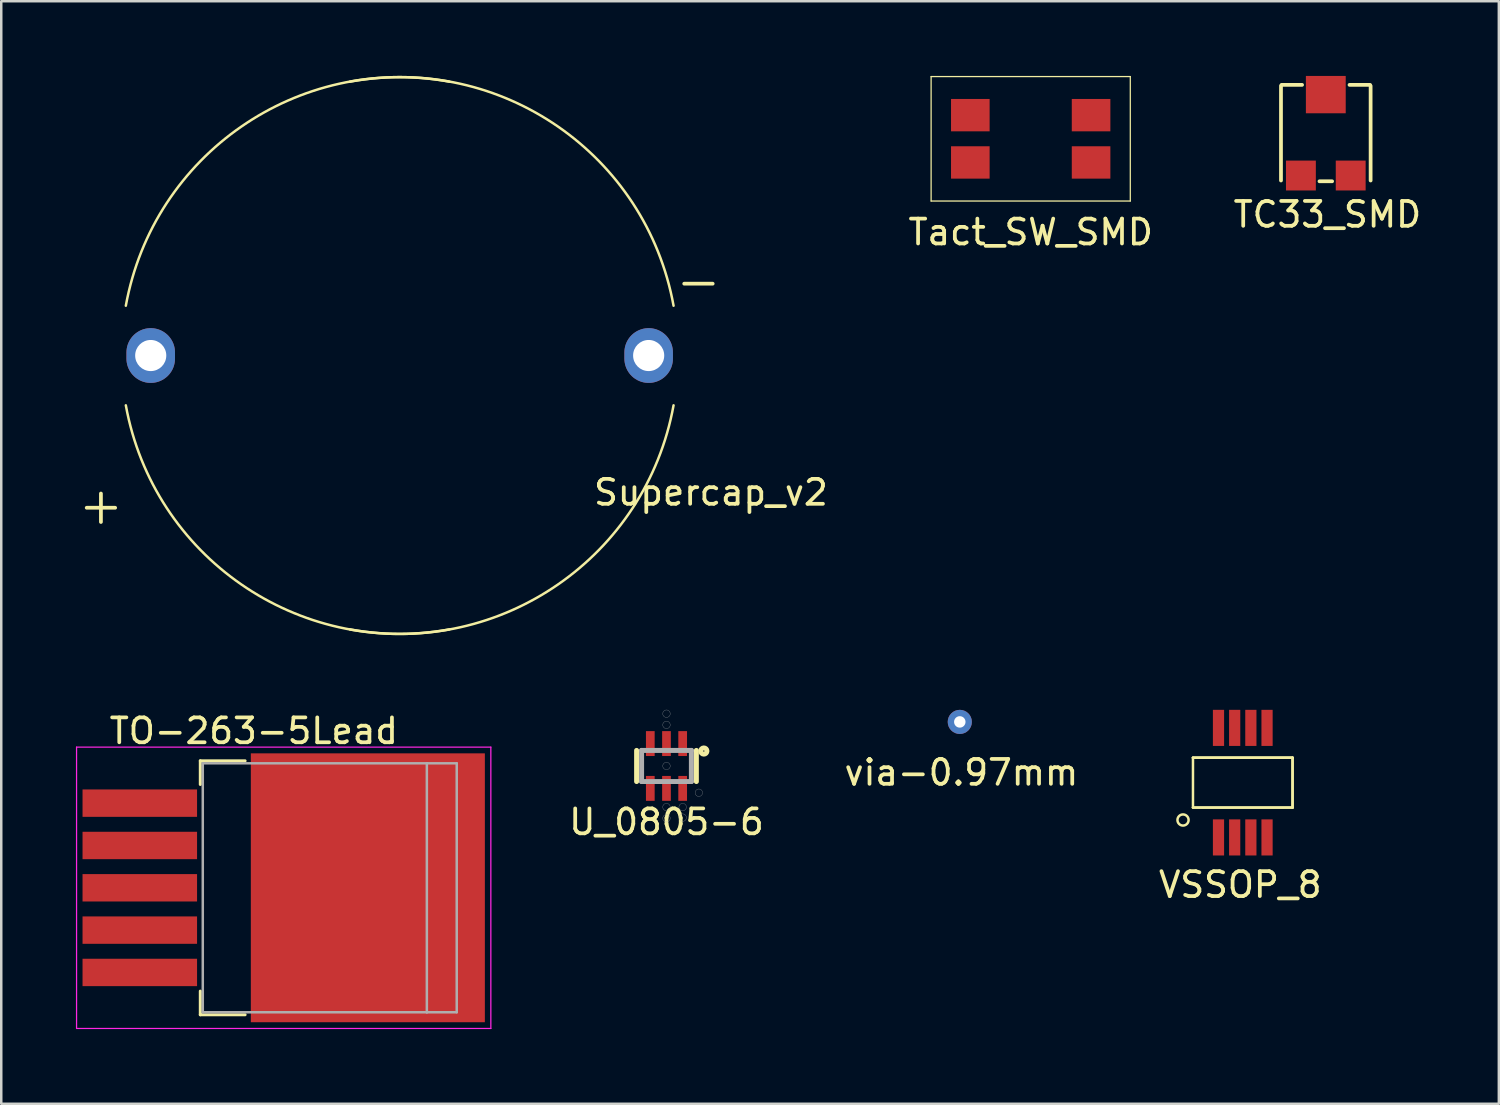
<source format=kicad_pcb>
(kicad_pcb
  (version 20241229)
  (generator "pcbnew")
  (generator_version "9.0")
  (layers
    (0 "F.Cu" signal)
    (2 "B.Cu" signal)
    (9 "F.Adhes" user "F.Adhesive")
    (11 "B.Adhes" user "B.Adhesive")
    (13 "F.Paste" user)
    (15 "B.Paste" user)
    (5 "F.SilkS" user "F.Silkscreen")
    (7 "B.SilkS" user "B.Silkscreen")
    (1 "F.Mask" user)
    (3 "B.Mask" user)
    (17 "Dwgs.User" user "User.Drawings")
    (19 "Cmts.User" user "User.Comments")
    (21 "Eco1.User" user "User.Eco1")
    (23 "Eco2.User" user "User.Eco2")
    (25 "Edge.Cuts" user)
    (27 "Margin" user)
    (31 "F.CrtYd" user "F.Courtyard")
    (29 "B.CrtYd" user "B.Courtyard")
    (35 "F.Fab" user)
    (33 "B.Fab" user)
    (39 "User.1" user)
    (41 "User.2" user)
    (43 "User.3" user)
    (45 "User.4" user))
  (footprint "via-0.97mm"
    (layer "F.Cu")
    (at 35.501 25.946)
    (property "Reference" "via-0.97mm" (at 0.064 2.032 0) (layer "F.SilkS") (effects (font (size 1 1) (thickness 0.15))))
    (attr through_hole)
    (pad "1" thru_hole circle (at 0 0) (size 0.97 0.97) (drill 0.46) (layers "*.Cu")))
  (footprint "Tact_SW_SMD"
    (layer "F.Cu")
    (at 38.349 2.525)
    (property "Reference" "Tact_SW_SMD" (at 0 3.75 0) (layer "F.SilkS") (effects (font (size 1 1) (thickness 0.15))))
    (attr through_hole)
    (fp_line (start -4 -2.5) (end 4 -2.5) (stroke (width 0.05) (type solid)) (layer "F.SilkS"))
    (fp_line (start -4 2.5) (end -4 -2.5) (stroke (width 0.05) (type solid)) (layer "F.SilkS"))
    (fp_line (start 4 -2.5) (end 4 2.5) (stroke (width 0.05) (type solid)) (layer "F.SilkS"))
    (fp_line (start 4 2.5) (end -4 2.5) (stroke (width 0.05) (type solid)) (layer "F.SilkS"))
    (pad "1" smd rect (at -2.425 -0.95) (size 1.55 1.3) (layers "F.Cu" "F.Mask" "F.Paste"))
    (pad "2" smd rect (at 2.425 -0.95) (size 1.55 1.3) (layers "F.Cu" "F.Mask" "F.Paste"))
    (pad "3" smd rect (at -2.425 0.95) (size 1.55 1.3) (layers "F.Cu" "F.Mask" "F.Paste"))
    (pad "4" smd rect (at 2.425 0.95) (size 1.55 1.3) (layers "F.Cu" "F.Mask" "F.Paste")))
  (footprint "Supercap_v2"
    (layer "F.Cu")
    (at 13.004 11.23)
    (property "Reference" "Supercap_v2" (at 12.5 5.5 0) (layer "F.SilkS") (effects (font (size 1 1) (thickness 0.15))))
    (attr through_hole)
    (fp_arc (start -11 -2) (mid -6.363961 -9.192388) (end 2 -11) (stroke (width 0.1) (type solid)) (layer "F.SilkS"))
    (fp_arc (start -2 -11) (mid 6.363961 -9.192388) (end 11 -2) (stroke (width 0.1) (type solid)) (layer "F.SilkS"))
    (fp_arc (start 2 11) (mid -6.363961 9.192388) (end -11 2) (stroke (width 0.1) (type solid)) (layer "F.SilkS"))
    (fp_arc (start 11 2) (mid 6.363961 9.192388) (end -2 11) (stroke (width 0.1) (type solid)) (layer "F.SilkS"))
    (fp_text user "+" (at -12 6 0) (layer "F.SilkS") (effects (font (size 1.5 1.5) (thickness 0.15))))
    (fp_text user "-" (at 12 -3 0) (layer "F.SilkS") (effects (font (size 1.5 1.5) (thickness 0.15))))
    (pad "1" thru_hole oval (at -10 0) (size 1.95 2.2) (drill 1.25) (layers "*.Cu" "*.Mask"))
    (pad "2" thru_hole oval (at 10 0) (size 1.95 2.2) (drill 1.25) (layers "*.Cu" "*.Mask")))
  (footprint "TO-263-5Lead"
    (layer "F.Cu")
    (at 7.145 32.609)
    (property "Reference" "TO-263-5Lead" (at 0 -6.3 180) (layer "F.SilkS") (effects (font (size 1 1) (thickness 0.15))))
    (attr smd)
    (fp_line (start -2.15 -5.1) (end -2.15 -4.15) (stroke (width 0.12) (type solid)) (layer "F.SilkS"))
    (fp_line (start -2.15 5.1) (end -2.15 4.15) (stroke (width 0.12) (type solid)) (layer "F.SilkS"))
    (fp_line (start -2.15 5.1) (end -0.35 5.1) (stroke (width 0.12) (type solid)) (layer "F.SilkS"))
    (fp_line (start -0.35 -5.1) (end -2.15 -5.1) (stroke (width 0.12) (type solid)) (layer "F.SilkS"))
    (fp_line (start -7.12 -5.65) (end -7.12 5.65) (stroke (width 0.05) (type solid)) (layer "F.CrtYd"))
    (fp_line (start 9.52 -5.65) (end -7.12 -5.65) (stroke (width 0.05) (type solid)) (layer "F.CrtYd"))
    (fp_line (start 9.52 -5.65) (end 9.52 5.65) (stroke (width 0.05) (type solid)) (layer "F.CrtYd"))
    (fp_line (start 9.52 5.65) (end -7.12 5.65) (stroke (width 0.05) (type solid)) (layer "F.CrtYd"))
    (fp_line (start -2.05 -5) (end -2.05 5) (stroke (width 0.1) (type solid)) (layer "F.Fab"))
    (fp_line (start -2.05 5) (end 6.95 5) (stroke (width 0.1) (type solid)) (layer "F.Fab"))
    (fp_line (start 6.95 -5) (end -2.05 -5) (stroke (width 0.1) (type solid)) (layer "F.Fab"))
    (fp_line (start 6.95 5) (end 6.95 -5) (stroke (width 0.1) (type solid)) (layer "F.Fab"))
    (fp_line (start 6.95 5) (end 8.15 5) (stroke (width 0.1) (type solid)) (layer "F.Fab"))
    (fp_line (start 8.15 -5) (end 6.95 -5) (stroke (width 0.1) (type solid)) (layer "F.Fab"))
    (fp_line (start 8.15 5) (end 8.15 -5) (stroke (width 0.1) (type solid)) (layer "F.Fab"))
    (pad "1" smd rect (at -4.58 -3.4) (size 4.6 1.1) (layers "F.Cu" "F.Mask" "F.Paste"))
    (pad "2" smd rect (at -4.58 -1.7) (size 4.6 1.1) (layers "F.Cu" "F.Mask" "F.Paste"))
    (pad "3" smd rect (at -4.58 0) (size 4.6 1.1) (layers "F.Cu" "F.Mask" "F.Paste"))
    (pad "3" smd rect (at 2 2.92) (size 4 4.5) (layers "F.Cu" "F.Mask" "F.Paste"))
    (pad "3" smd rect (at 2.05 -3) (size 4 4.5) (layers "F.Cu" "F.Mask" "F.Paste"))
    (pad "3" smd rect (at 4.58 0) (size 9.4 10.8) (layers "F.Cu" "F.Mask"))
    (pad "3" smd rect (at 7.11 -2.99) (size 4 4.5) (layers "F.Cu" "F.Mask" "F.Paste"))
    (pad "3" smd rect (at 7.15 2.98) (size 4 4.5) (layers "F.Cu" "F.Mask" "F.Paste"))
    (pad "4" smd rect (at -4.58 1.7) (size 4.6 1.1) (layers "F.Cu" "F.Mask" "F.Paste"))
    (pad "5" smd rect (at -4.58 3.4) (size 4.6 1.1) (layers "F.Cu" "F.Mask" "F.Paste")))
  (footprint "VSSOP_8"
    (layer "F.Cu")
    (at 46.867 28.386)
    (property "Reference" "VSSOP_8" (at -0.1 4.1 0) (layer "F.SilkS") (effects (font (size 1 1) (thickness 0.15))))
    (attr through_hole)
    (fp_line (start -2 -1) (end 2 -1) (stroke (width 0.1) (type solid)) (layer "F.SilkS"))
    (fp_line (start -2 -1) (end 2 -1) (stroke (width 0.1) (type solid)) (layer "F.SilkS"))
    (fp_line (start -2 1) (end -2 -1) (stroke (width 0.1) (type solid)) (layer "F.SilkS"))
    (fp_line (start -2 1) (end 2 1) (stroke (width 0.1) (type solid)) (layer "F.SilkS"))
    (fp_line (start 2 -1) (end -2 -1) (stroke (width 0.1) (type solid)) (layer "F.SilkS"))
    (fp_line (start 2 -1) (end 2 1) (stroke (width 0.1) (type solid)) (layer "F.SilkS"))
    (fp_line (start 2 -1) (end 2 1) (stroke (width 0.1) (type solid)) (layer "F.SilkS"))
    (fp_line (start 2 1) (end -2 1) (stroke (width 0.1) (type solid)) (layer "F.SilkS"))
    (fp_circle (center -2.4 1.5) (end -2.2 1.6) (stroke (width 0.1) (type solid)) (fill no) (layer "F.SilkS"))
    (pad "1" smd rect (at -0.975 2.2) (size 0.45 1.45) (layers "F.Cu" "F.Mask" "F.Paste"))
    (pad "2" smd rect (at -0.325 2.2) (size 0.45 1.45) (layers "F.Cu" "F.Mask" "F.Paste"))
    (pad "3" smd rect (at 0.325 2.2) (size 0.45 1.45) (layers "F.Cu" "F.Mask" "F.Paste"))
    (pad "4" smd rect (at 0.975 2.2) (size 0.45 1.45) (layers "F.Cu" "F.Mask" "F.Paste"))
    (pad "5" smd rect (at 0.975 -2.2) (size 0.45 1.45) (layers "F.Cu" "F.Mask" "F.Paste"))
    (pad "6" smd rect (at 0.325 -2.2) (size 0.45 1.45) (layers "F.Cu" "F.Mask" "F.Paste"))
    (pad "7" smd rect (at -0.325 -2.2) (size 0.45 1.45) (layers "F.Cu" "F.Mask" "F.Paste"))
    (pad "8" smd rect (at -0.975 -2.2) (size 0.45 1.45) (layers "F.Cu" "F.Mask" "F.Paste")))
  (footprint "U_0805-6"
    (layer "F.Cu")
    (at 23.72 27.716)
    (property "Reference" "U_0805-6" (at 0 2.25 0) (layer "F.SilkS") (effects (font (size 1 1) (thickness 0.15))))
    (attr through_hole)
    (fp_line (start -1.2 0.625) (end -1.2 -0.625) (stroke (width 0.2) (type solid)) (layer "F.SilkS"))
    (fp_line (start 1.2 -0.625) (end 1.2 0.625) (stroke (width 0.2) (type solid)) (layer "F.SilkS"))
    (fp_circle (center 1.5 -0.6) (end 1.525 -0.6) (stroke (width 0.2) (type solid)) (fill no) (layer "F.SilkS"))
    (fp_line (start -1 -0.625) (end 1 -0.625) (stroke (width 0.2) (type solid)) (layer "F.Fab"))
    (fp_line (start -1 0.625) (end -1 -0.625) (stroke (width 0.2) (type solid)) (layer "F.Fab"))
    (fp_line (start 1 -0.625) (end 1 0.625) (stroke (width 0.2) (type solid)) (layer "F.Fab"))
    (fp_line (start 1 0.625) (end -1 0.625) (stroke (width 0.2) (type solid)) (layer "F.Fab"))
    (fp_circle (center 0 -2.1) (end 0 -1.95) (stroke (width 0.01) (type solid)) (fill no) (layer "F.Fab"))
    (fp_circle (center 0 -1.65) (end 0 -1.5) (stroke (width 0.01) (type solid)) (fill no) (layer "F.Fab"))
    (fp_circle (center 0 0) (end 0 0.15) (stroke (width 0.01) (type solid)) (fill no) (layer "F.Fab"))
    (fp_circle (center 0 1.65) (end 0 1.8) (stroke (width 0.01) (type solid)) (fill no) (layer "F.Fab"))
    (fp_circle (center 0 2.1) (end 0 2.25) (stroke (width 0.01) (type solid)) (fill no) (layer "F.Fab"))
    (fp_circle (center 0.65 1.65) (end 0.65 1.8) (stroke (width 0.01) (type solid)) (fill no) (layer "F.Fab"))
    (fp_circle (center 0.65 2.075) (end 0.65 2.225) (stroke (width 0.01) (type solid)) (fill no) (layer "F.Fab"))
    (fp_circle (center 1.3 1.075) (end 1.3 1.225) (stroke (width 0.01) (type solid)) (fill no) (layer "F.Fab"))
    (pad "1" smd rect (at 0.65 -0.9) (size 0.35 1) (layers "F.Cu" "F.Mask" "F.Paste"))
    (pad "2" smd rect (at 0 -0.9) (size 0.35 1) (layers "F.Cu" "F.Mask" "F.Paste"))
    (pad "3" smd rect (at -0.65 -0.9) (size 0.35 1) (layers "F.Cu" "F.Mask" "F.Paste"))
    (pad "4" smd rect (at -0.65 0.9) (size 0.35 1) (layers "F.Cu" "F.Mask" "F.Paste"))
    (pad "5" smd rect (at 0 0.9) (size 0.35 1) (layers "F.Cu" "F.Mask" "F.Paste"))
    (pad "6" smd rect (at 0.65 0.9) (size 0.35 1) (layers "F.Cu" "F.Mask" "F.Paste")))
  (footprint "TC33_SMD"
    (layer "F.Cu")
    (at 50.202 2.2)
    (property "Reference" "TC33_SMD" (at 0.064 3.365 0) (layer "F.SilkS") (effects (font (size 1 1) (thickness 0.15))))
    (attr through_hole)
    (fp_line (start -1.8 2) (end -1.8 -1.8) (stroke (width 0.15) (type solid)) (layer "F.SilkS"))
    (fp_line (start -0.953 -1.841) (end -1.778 -1.841) (stroke (width 0.15) (type solid)) (layer "F.SilkS"))
    (fp_line (start -0.254 2.032) (end 0.254 2.032) (stroke (width 0.15) (type solid)) (layer "F.SilkS"))
    (fp_line (start 0.953 -1.841) (end 1.778 -1.841) (stroke (width 0.15) (type solid)) (layer "F.SilkS"))
    (fp_line (start 1.8 2) (end 1.8 -1.8) (stroke (width 0.15) (type solid)) (layer "F.SilkS"))
    (pad "1" smd rect (at -1 1.8) (size 1.2 1.2) (layers "F.Cu" "F.Mask" "F.Paste"))
    (pad "2" smd rect (at 0 -1.45) (size 1.6 1.5) (layers "F.Cu" "F.Mask" "F.Paste"))
    (pad "3" smd rect (at 1 1.8) (size 1.2 1.2) (layers "F.Cu" "F.Mask" "F.Paste")))
  (gr_rect
    (start -3 -3)
    (end 57.152 41.284)
    (stroke (width 0.1) (type default))
    (fill no)
    (layer "Edge.Cuts")))
</source>
